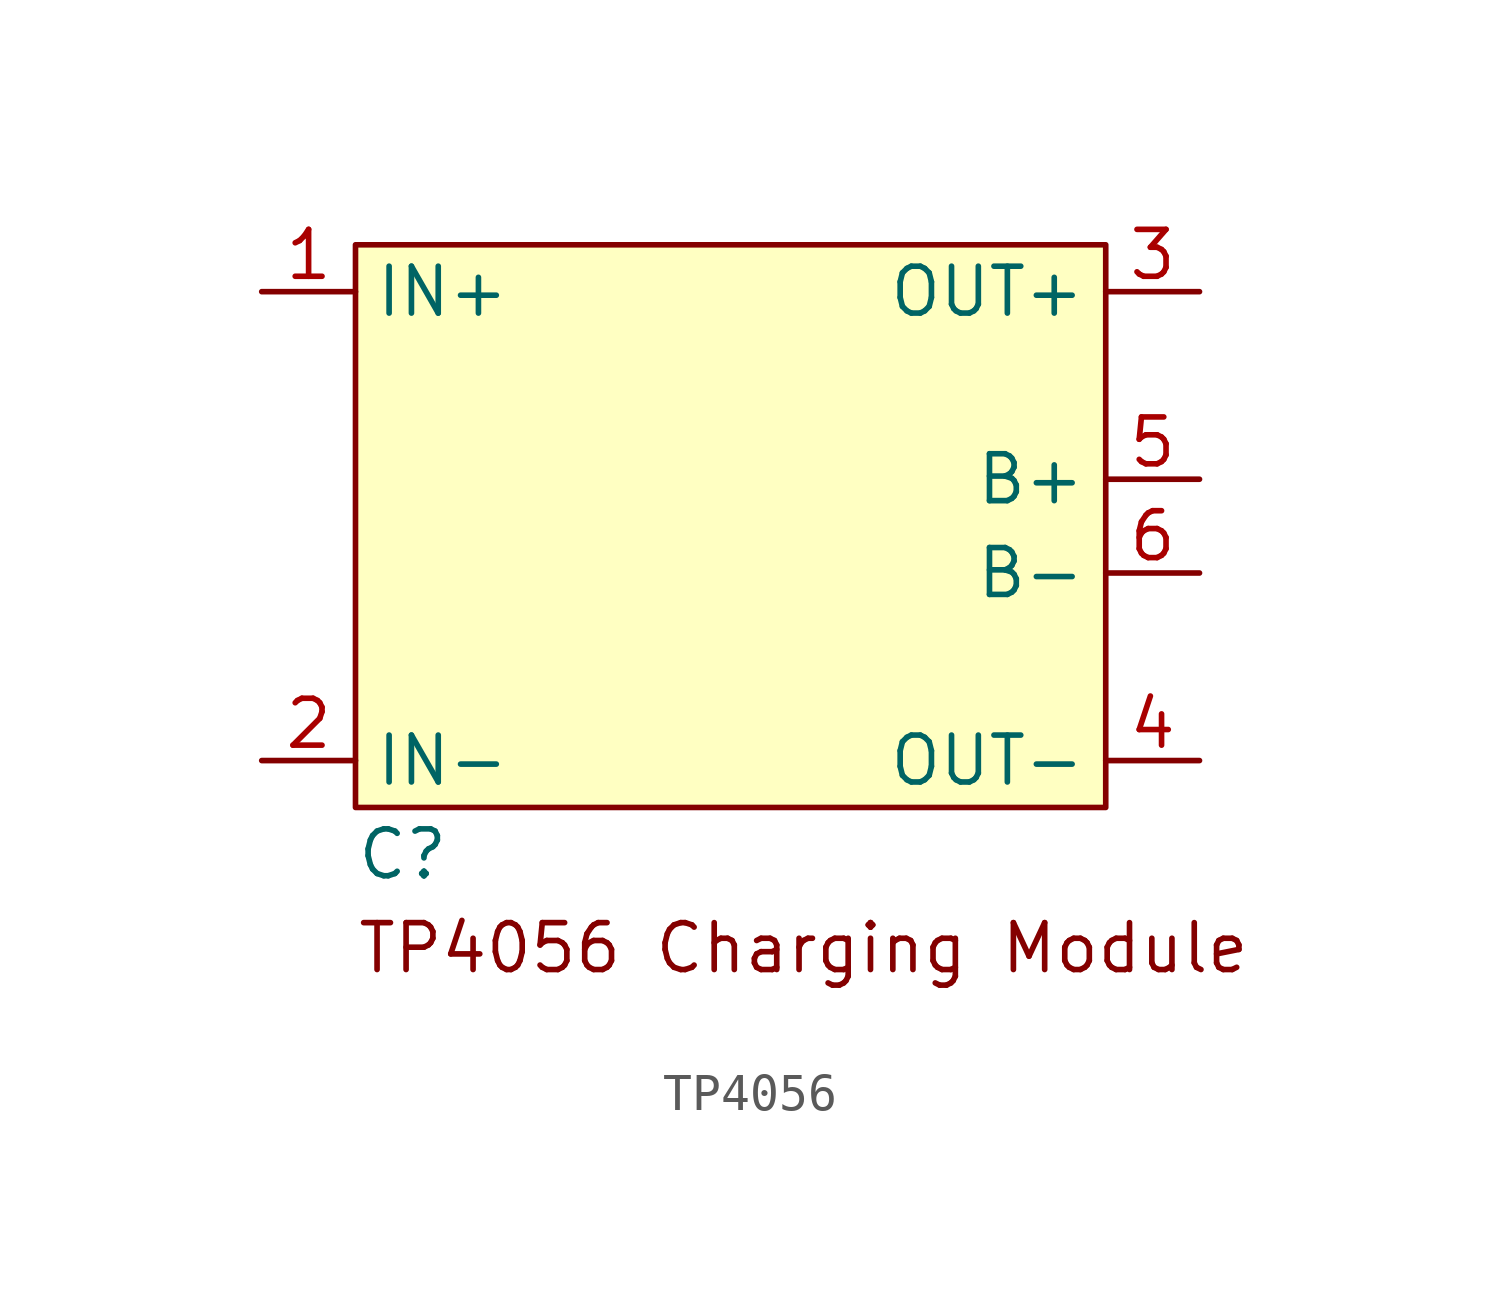
<source format=kicad_sym>
(kicad_symbol_lib
  (version 20220914)
  (generator kicad_symbol_editor)
  (symbol "TP4056"
    (property "Reference" "C"
      (at -5.08 0 0)
      (effects (font (size 1.27 1.27)) (justify left)))
    (property "Value" ""
      (at 0 0 0)
      (effects (font (size 1.27 1.27))))
    (symbol "TP4056_1_1"
      (rectangle (start -5.08 16.51) (end 15.24 1.27) (stroke (width 0) (type default)) (fill (type background)))
      (text "TP4056 Charging Module" (at -5.08 -2.54 0) (effects (font (size 1.27 1.27)) (justify left)))
      (pin power_in line (at -7.62 15.24 0) (length 2.54) (name "IN+" (effects (font (size 1.27 1.27)))) (number "1" (effects (font (size 1.27 1.27)))))
      (pin power_in line (at -7.62 2.54 0) (length 2.54) (name "IN-" (effects (font (size 1.27 1.27)))) (number "2" (effects (font (size 1.27 1.27)))))
      (pin power_out line (at 17.78 15.24 180) (length 2.54) (name "OUT+" (effects (font (size 1.27 1.27)))) (number "3" (effects (font (size 1.27 1.27)))))
      (pin power_out line (at 17.78 2.54 180) (length 2.54) (name "OUT-" (effects (font (size 1.27 1.27)))) (number "4" (effects (font (size 1.27 1.27)))))
      (pin power_out line (at 17.78 10.16 180) (length 2.54) (name "B+" (effects (font (size 1.27 1.27)))) (number "5" (effects (font (size 1.27 1.27)))))
      (pin power_out line (at 17.78 7.62 180) (length 2.54) (name "B-" (effects (font (size 1.27 1.27)))) (number "6" (effects (font (size 1.27 1.27))))))))
</source>
